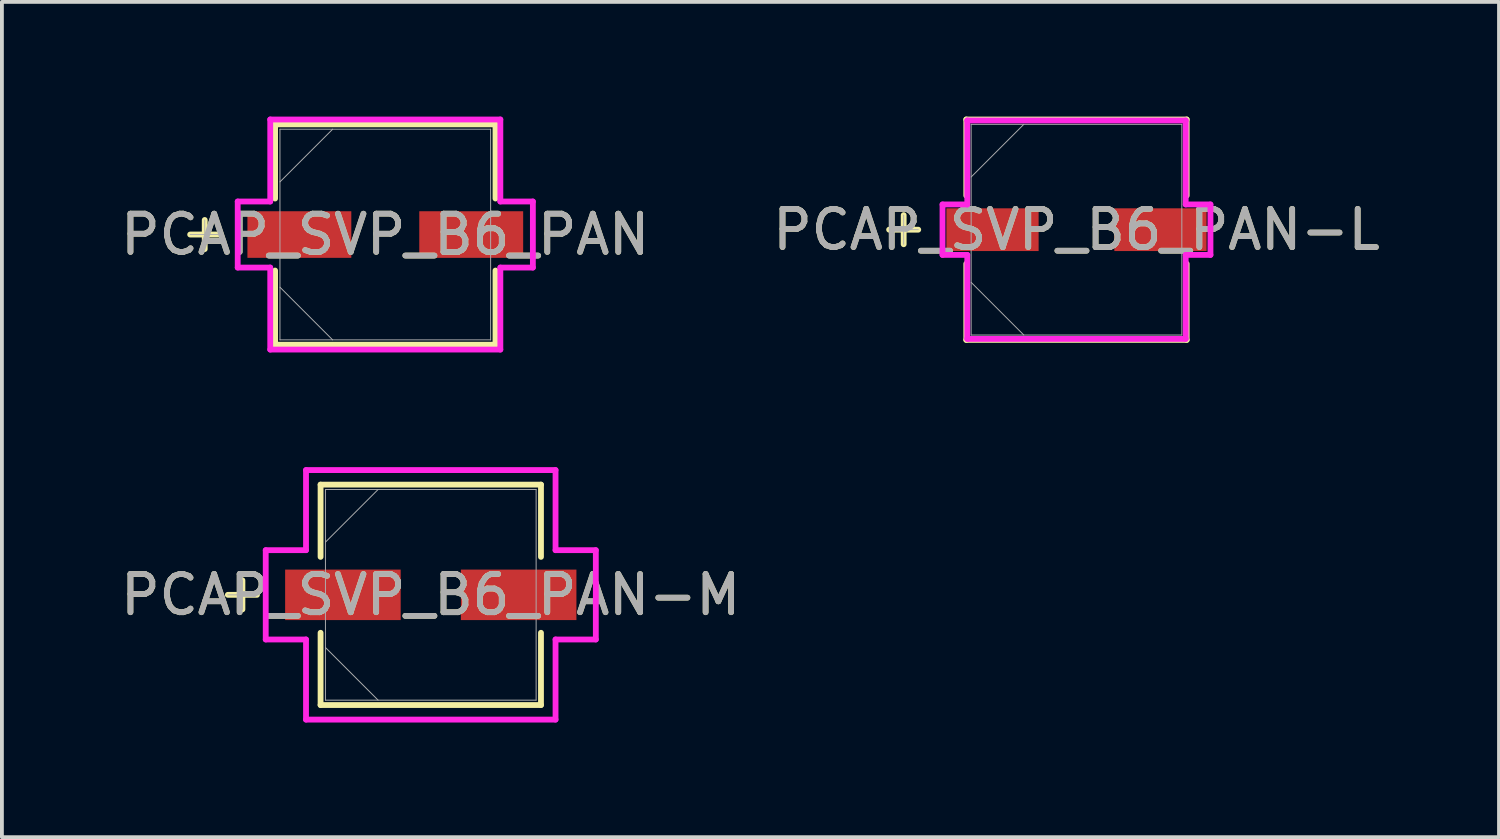
<source format=kicad_pcb>
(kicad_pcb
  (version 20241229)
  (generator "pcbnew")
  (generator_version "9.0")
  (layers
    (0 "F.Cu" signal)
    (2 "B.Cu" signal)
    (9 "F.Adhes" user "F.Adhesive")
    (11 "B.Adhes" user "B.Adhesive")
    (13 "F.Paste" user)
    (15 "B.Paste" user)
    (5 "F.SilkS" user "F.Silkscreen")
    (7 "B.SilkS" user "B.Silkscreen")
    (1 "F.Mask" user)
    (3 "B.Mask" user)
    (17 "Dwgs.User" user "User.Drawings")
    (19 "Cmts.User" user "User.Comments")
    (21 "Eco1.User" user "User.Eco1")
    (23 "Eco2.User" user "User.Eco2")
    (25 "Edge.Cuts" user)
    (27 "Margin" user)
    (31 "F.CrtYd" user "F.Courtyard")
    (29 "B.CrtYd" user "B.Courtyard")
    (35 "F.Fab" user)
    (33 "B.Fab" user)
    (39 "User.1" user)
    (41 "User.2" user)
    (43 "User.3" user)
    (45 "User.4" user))
  (footprint "PCAP_SVP_B6_PAN-M"
    (layer "F.Cu")
    (at 8.22 12.512)
    (property "Reference" "PCAP_SVP_B6_PAN-M" (at 0 0 0) (unlocked yes) (layer "F.SilkS") (effects (font (size 1 1) (thickness 0.15))))
    (attr smd)
    (fp_line (start -4.928 -0.381) (end -4.928 0.381) (stroke (width 0.152) (type solid)) (layer "F.SilkS"))
    (fp_line (start -4.547 0) (end -5.309 0) (stroke (width 0.152) (type solid)) (layer "F.SilkS"))
    (fp_line (start -2.883 -2.883) (end -2.883 -0.993) (stroke (width 0.152) (type solid)) (layer "F.SilkS"))
    (fp_line (start -2.883 0.993) (end -2.883 2.883) (stroke (width 0.152) (type solid)) (layer "F.SilkS"))
    (fp_line (start -2.883 2.883) (end 2.883 2.883) (stroke (width 0.152) (type solid)) (layer "F.SilkS"))
    (fp_line (start 2.883 -2.883) (end -2.883 -2.883) (stroke (width 0.152) (type solid)) (layer "F.SilkS"))
    (fp_line (start 2.883 -0.993) (end 2.883 -2.883) (stroke (width 0.152) (type solid)) (layer "F.SilkS"))
    (fp_line (start 2.883 2.883) (end 2.883 0.993) (stroke (width 0.152) (type solid)) (layer "F.SilkS"))
    (fp_line (start -4.318 -1.168) (end -3.264 -1.168) (stroke (width 0.152) (type solid)) (layer "F.CrtYd"))
    (fp_line (start -4.318 1.168) (end -4.318 -1.168) (stroke (width 0.152) (type solid)) (layer "F.CrtYd"))
    (fp_line (start -3.264 -3.264) (end 3.264 -3.264) (stroke (width 0.152) (type solid)) (layer "F.CrtYd"))
    (fp_line (start -3.264 -1.168) (end -3.264 -3.264) (stroke (width 0.152) (type solid)) (layer "F.CrtYd"))
    (fp_line (start -3.264 1.168) (end -4.318 1.168) (stroke (width 0.152) (type solid)) (layer "F.CrtYd"))
    (fp_line (start -3.264 3.264) (end -3.264 1.168) (stroke (width 0.152) (type solid)) (layer "F.CrtYd"))
    (fp_line (start 3.264 -3.264) (end 3.264 -1.168) (stroke (width 0.152) (type solid)) (layer "F.CrtYd"))
    (fp_line (start 3.264 -1.168) (end 4.318 -1.168) (stroke (width 0.152) (type solid)) (layer "F.CrtYd"))
    (fp_line (start 3.264 1.168) (end 3.264 3.264) (stroke (width 0.152) (type solid)) (layer "F.CrtYd"))
    (fp_line (start 3.264 3.264) (end -3.264 3.264) (stroke (width 0.152) (type solid)) (layer "F.CrtYd"))
    (fp_line (start 4.318 -1.168) (end 4.318 1.168) (stroke (width 0.152) (type solid)) (layer "F.CrtYd"))
    (fp_line (start 4.318 1.168) (end 3.264 1.168) (stroke (width 0.152) (type solid)) (layer "F.CrtYd"))
    (fp_line (start -4.928 -0.381) (end -4.928 0.381) (stroke (width 0.025) (type solid)) (layer "F.Fab"))
    (fp_line (start -4.547 0) (end -5.309 0) (stroke (width 0.025) (type solid)) (layer "F.Fab"))
    (fp_line (start -2.756 -2.756) (end -2.756 2.756) (stroke (width 0.025) (type solid)) (layer "F.Fab"))
    (fp_line (start -2.756 -1.378) (end -1.378 -2.756) (stroke (width 0.025) (type solid)) (layer "F.Fab"))
    (fp_line (start -2.756 1.378) (end -1.378 2.756) (stroke (width 0.025) (type solid)) (layer "F.Fab"))
    (fp_line (start -2.756 2.756) (end 2.756 2.756) (stroke (width 0.025) (type solid)) (layer "F.Fab"))
    (fp_line (start 2.756 -2.756) (end -2.756 -2.756) (stroke (width 0.025) (type solid)) (layer "F.Fab"))
    (fp_line (start 2.756 2.756) (end 2.756 -2.756) (stroke (width 0.025) (type solid)) (layer "F.Fab"))
    (fp_text user "${REFERENCE}" (at 0 0 0) (unlocked yes) (layer "F.Fab") (effects (font (size 1 1) (thickness 0.15))))
    (pad "1" smd rect (at -2.299 0) (size 3.023 1.321) (layers "F.Cu" "F.Mask" "F.Paste"))
    (pad "2" smd rect (at 2.299 0) (size 3.023 1.321) (layers "F.Cu" "F.Mask" "F.Paste"))
    (zone (net_name "") (layer "F.Cu") (hatch full 0.508) (connect_pads) (min_thickness 0.254) (filled_areas_thickness no) (keepout (tracks not_allowed) (vias not_allowed) (pads allowed) (copperpour not_allowed) (footprints allowed)) (placement (enabled no)) (fill) (polygon (pts (xy 5.515 9.807) (xy 10.925 9.807) (xy 10.925 11.801) (xy 5.515 11.801))))
    (zone (net_name "") (layer "F.Cu") (hatch full 0.508) (connect_pads) (min_thickness 0.254) (filled_areas_thickness no) (keepout (tracks not_allowed) (vias not_allowed) (pads allowed) (copperpour not_allowed) (footprints allowed)) (placement (enabled no)) (fill) (polygon (pts (xy 5.515 13.223) (xy 10.925 13.223) (xy 10.925 15.217) (xy 5.515 15.217))))
    (zone (net_name "") (layer "F.Cu") (hatch full 0.508) (connect_pads) (min_thickness 0.254) (filled_areas_thickness no) (keepout (tracks not_allowed) (vias not_allowed) (pads allowed) (copperpour not_allowed) (footprints allowed)) (placement (enabled no)) (fill) (polygon (pts (xy 7.484 11.801) (xy 8.957 11.801) (xy 8.957 13.223) (xy 7.484 13.223)))))
  (footprint "PCAP_SVP_B6_PAN-L"
    (layer "F.Cu")
    (at 25.113 2.959)
    (property "Reference" "PCAP_SVP_B6_PAN-L" (at 0 0 0) (unlocked yes) (layer "F.SilkS") (effects (font (size 1 1) (thickness 0.15))))
    (attr smd)
    (fp_line (start -4.521 -0.381) (end -4.521 0.381) (stroke (width 0.152) (type solid)) (layer "F.SilkS"))
    (fp_line (start -4.14 0) (end -4.902 0) (stroke (width 0.152) (type solid)) (layer "F.SilkS"))
    (fp_line (start -2.883 -2.883) (end -2.883 -0.892) (stroke (width 0.152) (type solid)) (layer "F.SilkS"))
    (fp_line (start -2.883 0.892) (end -2.883 2.883) (stroke (width 0.152) (type solid)) (layer "F.SilkS"))
    (fp_line (start -2.883 2.883) (end 2.883 2.883) (stroke (width 0.152) (type solid)) (layer "F.SilkS"))
    (fp_line (start 2.883 -2.883) (end -2.883 -2.883) (stroke (width 0.152) (type solid)) (layer "F.SilkS"))
    (fp_line (start 2.883 -0.892) (end 2.883 -2.883) (stroke (width 0.152) (type solid)) (layer "F.SilkS"))
    (fp_line (start 2.883 2.883) (end 2.883 0.892) (stroke (width 0.152) (type solid)) (layer "F.SilkS"))
    (fp_line (start -3.505 -0.66) (end -2.857 -0.66) (stroke (width 0.152) (type solid)) (layer "F.CrtYd"))
    (fp_line (start -3.505 0.66) (end -3.505 -0.66) (stroke (width 0.152) (type solid)) (layer "F.CrtYd"))
    (fp_line (start -2.857 -2.857) (end 2.857 -2.857) (stroke (width 0.152) (type solid)) (layer "F.CrtYd"))
    (fp_line (start -2.857 -0.66) (end -2.857 -2.857) (stroke (width 0.152) (type solid)) (layer "F.CrtYd"))
    (fp_line (start -2.857 0.66) (end -3.505 0.66) (stroke (width 0.152) (type solid)) (layer "F.CrtYd"))
    (fp_line (start -2.857 2.857) (end -2.857 0.66) (stroke (width 0.152) (type solid)) (layer "F.CrtYd"))
    (fp_line (start 2.857 -2.857) (end 2.857 -0.66) (stroke (width 0.152) (type solid)) (layer "F.CrtYd"))
    (fp_line (start 2.857 -0.66) (end 3.505 -0.66) (stroke (width 0.152) (type solid)) (layer "F.CrtYd"))
    (fp_line (start 2.857 0.66) (end 2.857 2.857) (stroke (width 0.152) (type solid)) (layer "F.CrtYd"))
    (fp_line (start 2.857 2.857) (end -2.857 2.857) (stroke (width 0.152) (type solid)) (layer "F.CrtYd"))
    (fp_line (start 3.505 -0.66) (end 3.505 0.66) (stroke (width 0.152) (type solid)) (layer "F.CrtYd"))
    (fp_line (start 3.505 0.66) (end 2.857 0.66) (stroke (width 0.152) (type solid)) (layer "F.CrtYd"))
    (fp_line (start -4.521 -0.381) (end -4.521 0.381) (stroke (width 0.025) (type solid)) (layer "F.Fab"))
    (fp_line (start -4.14 0) (end -4.902 0) (stroke (width 0.025) (type solid)) (layer "F.Fab"))
    (fp_line (start -2.756 -2.756) (end -2.756 2.756) (stroke (width 0.025) (type solid)) (layer "F.Fab"))
    (fp_line (start -2.756 -1.378) (end -1.378 -2.756) (stroke (width 0.025) (type solid)) (layer "F.Fab"))
    (fp_line (start -2.756 1.378) (end -1.378 2.756) (stroke (width 0.025) (type solid)) (layer "F.Fab"))
    (fp_line (start -2.756 2.756) (end 2.756 2.756) (stroke (width 0.025) (type solid)) (layer "F.Fab"))
    (fp_line (start 2.756 -2.756) (end -2.756 -2.756) (stroke (width 0.025) (type solid)) (layer "F.Fab"))
    (fp_line (start 2.756 2.756) (end 2.756 -2.756) (stroke (width 0.025) (type solid)) (layer "F.Fab"))
    (fp_text user "${REFERENCE}" (at 0 0 0) (unlocked yes) (layer "F.Fab") (effects (font (size 1 1) (thickness 0.15))))
    (pad "1" smd rect (at -2.197 0) (size 2.413 1.118) (layers "F.Cu" "F.Mask" "F.Paste"))
    (pad "2" smd rect (at 2.197 0) (size 2.413 1.118) (layers "F.Cu" "F.Mask" "F.Paste"))
    (zone (net_name "") (layer "F.Cu") (hatch full 0.508) (connect_pads) (min_thickness 0.254) (filled_areas_thickness no) (keepout (tracks not_allowed) (vias not_allowed) (pads allowed) (copperpour not_allowed) (footprints allowed)) (placement (enabled no)) (fill) (polygon (pts (xy 22.408 0.254) (xy 27.818 0.254) (xy 27.818 2.349) (xy 22.408 2.349))))
    (zone (net_name "") (layer "F.Cu") (hatch full 0.508) (connect_pads) (min_thickness 0.254) (filled_areas_thickness no) (keepout (tracks not_allowed) (vias not_allowed) (pads allowed) (copperpour not_allowed) (footprints allowed)) (placement (enabled no)) (fill) (polygon (pts (xy 22.408 3.569) (xy 27.818 3.569) (xy 27.818 5.664) (xy 22.408 5.664))))
    (zone (net_name "") (layer "F.Cu") (hatch full 0.508) (connect_pads) (min_thickness 0.254) (filled_areas_thickness no) (keepout (tracks not_allowed) (vias not_allowed) (pads allowed) (copperpour not_allowed) (footprints allowed)) (placement (enabled no)) (fill) (polygon (pts (xy 24.173 2.349) (xy 26.053 2.349) (xy 26.053 3.569) (xy 24.173 3.569)))))
  (footprint "PCAP_SVP_B6_PAN"
    (layer "F.Cu")
    (at 7.03 3.086)
    (property "Reference" "PCAP_SVP_B6_PAN" (at 0 0 0) (unlocked yes) (layer "F.SilkS") (effects (font (size 1 1) (thickness 0.15))))
    (attr smd)
    (fp_line (start -4.724 -0.381) (end -4.724 0.381) (stroke (width 0.152) (type solid)) (layer "F.SilkS"))
    (fp_line (start -4.343 0) (end -5.105 0) (stroke (width 0.152) (type solid)) (layer "F.SilkS"))
    (fp_line (start -2.883 -2.883) (end -2.883 -0.942) (stroke (width 0.152) (type solid)) (layer "F.SilkS"))
    (fp_line (start -2.883 0.942) (end -2.883 2.883) (stroke (width 0.152) (type solid)) (layer "F.SilkS"))
    (fp_line (start -2.883 2.883) (end 2.883 2.883) (stroke (width 0.152) (type solid)) (layer "F.SilkS"))
    (fp_line (start 2.883 -2.883) (end -2.883 -2.883) (stroke (width 0.152) (type solid)) (layer "F.SilkS"))
    (fp_line (start 2.883 -0.942) (end 2.883 -2.883) (stroke (width 0.152) (type solid)) (layer "F.SilkS"))
    (fp_line (start 2.883 2.883) (end 2.883 0.942) (stroke (width 0.152) (type solid)) (layer "F.SilkS"))
    (fp_line (start -3.861 -0.864) (end -3.01 -0.864) (stroke (width 0.152) (type solid)) (layer "F.CrtYd"))
    (fp_line (start -3.861 0.864) (end -3.861 -0.864) (stroke (width 0.152) (type solid)) (layer "F.CrtYd"))
    (fp_line (start -3.01 -3.01) (end 3.01 -3.01) (stroke (width 0.152) (type solid)) (layer "F.CrtYd"))
    (fp_line (start -3.01 -0.864) (end -3.01 -3.01) (stroke (width 0.152) (type solid)) (layer "F.CrtYd"))
    (fp_line (start -3.01 0.864) (end -3.861 0.864) (stroke (width 0.152) (type solid)) (layer "F.CrtYd"))
    (fp_line (start -3.01 3.01) (end -3.01 0.864) (stroke (width 0.152) (type solid)) (layer "F.CrtYd"))
    (fp_line (start 3.01 -3.01) (end 3.01 -0.864) (stroke (width 0.152) (type solid)) (layer "F.CrtYd"))
    (fp_line (start 3.01 -0.864) (end 3.861 -0.864) (stroke (width 0.152) (type solid)) (layer "F.CrtYd"))
    (fp_line (start 3.01 0.864) (end 3.01 3.01) (stroke (width 0.152) (type solid)) (layer "F.CrtYd"))
    (fp_line (start 3.01 3.01) (end -3.01 3.01) (stroke (width 0.152) (type solid)) (layer "F.CrtYd"))
    (fp_line (start 3.861 -0.864) (end 3.861 0.864) (stroke (width 0.152) (type solid)) (layer "F.CrtYd"))
    (fp_line (start 3.861 0.864) (end 3.01 0.864) (stroke (width 0.152) (type solid)) (layer "F.CrtYd"))
    (fp_line (start -4.724 -0.381) (end -4.724 0.381) (stroke (width 0.025) (type solid)) (layer "F.Fab"))
    (fp_line (start -4.343 0) (end -5.105 0) (stroke (width 0.025) (type solid)) (layer "F.Fab"))
    (fp_line (start -2.756 -2.756) (end -2.756 2.756) (stroke (width 0.025) (type solid)) (layer "F.Fab"))
    (fp_line (start -2.756 -1.378) (end -1.378 -2.756) (stroke (width 0.025) (type solid)) (layer "F.Fab"))
    (fp_line (start -2.756 1.378) (end -1.378 2.756) (stroke (width 0.025) (type solid)) (layer "F.Fab"))
    (fp_line (start -2.756 2.756) (end 2.756 2.756) (stroke (width 0.025) (type solid)) (layer "F.Fab"))
    (fp_line (start 2.756 -2.756) (end -2.756 -2.756) (stroke (width 0.025) (type solid)) (layer "F.Fab"))
    (fp_line (start 2.756 2.756) (end 2.756 -2.756) (stroke (width 0.025) (type solid)) (layer "F.Fab"))
    (fp_text user "${REFERENCE}" (at 0 0 0) (unlocked yes) (layer "F.Fab") (effects (font (size 1 1) (thickness 0.15))))
    (pad "1" smd rect (at -2.248 0) (size 2.718 1.219) (layers "F.Cu" "F.Mask" "F.Paste"))
    (pad "2" smd rect (at 2.248 0) (size 2.718 1.219) (layers "F.Cu" "F.Mask" "F.Paste"))
    (zone (net_name "") (layer "F.Cu") (hatch full 0.508) (connect_pads) (min_thickness 0.254) (filled_areas_thickness no) (keepout (tracks not_allowed) (vias not_allowed) (pads allowed) (copperpour not_allowed) (footprints allowed)) (placement (enabled no)) (fill) (polygon (pts (xy 4.325 0.381) (xy 9.735 0.381) (xy 9.735 2.426) (xy 4.325 2.426))))
    (zone (net_name "") (layer "F.Cu") (hatch full 0.508) (connect_pads) (min_thickness 0.254) (filled_areas_thickness no) (keepout (tracks not_allowed) (vias not_allowed) (pads allowed) (copperpour not_allowed) (footprints allowed)) (placement (enabled no)) (fill) (polygon (pts (xy 4.325 3.747) (xy 9.735 3.747) (xy 9.735 5.791) (xy 4.325 5.791))))
    (zone (net_name "") (layer "F.Cu") (hatch full 0.508) (connect_pads) (min_thickness 0.254) (filled_areas_thickness no) (keepout (tracks not_allowed) (vias not_allowed) (pads allowed) (copperpour not_allowed) (footprints allowed)) (placement (enabled no)) (fill) (polygon (pts (xy 6.192 2.426) (xy 7.868 2.426) (xy 7.868 3.747) (xy 6.192 3.747)))))
  (gr_rect
    (start -3 -3)
    (end 36.167 18.852)
    (stroke (width 0.1) (type default))
    (fill no)
    (layer "Edge.Cuts")))
</source>
